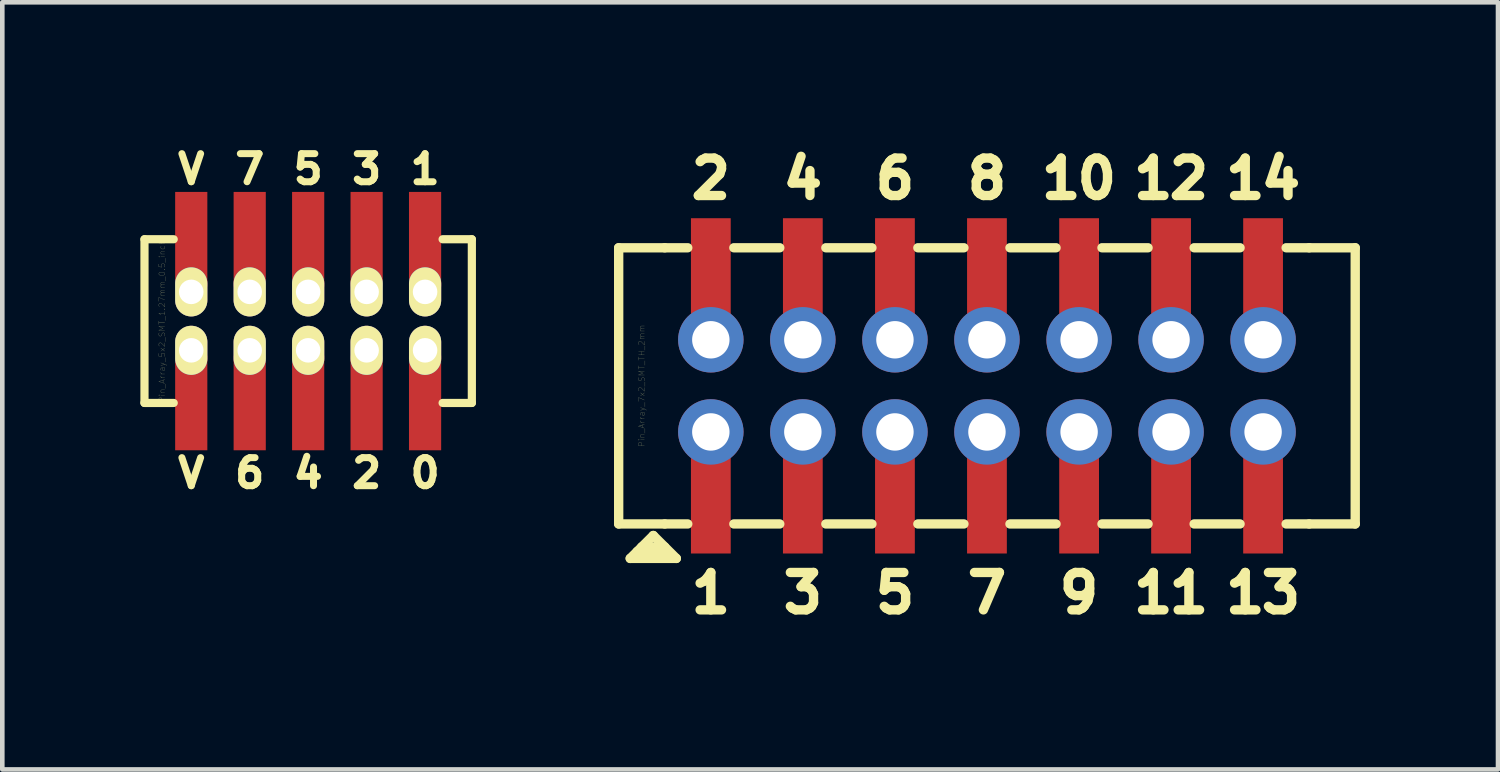
<source format=kicad_pcb>
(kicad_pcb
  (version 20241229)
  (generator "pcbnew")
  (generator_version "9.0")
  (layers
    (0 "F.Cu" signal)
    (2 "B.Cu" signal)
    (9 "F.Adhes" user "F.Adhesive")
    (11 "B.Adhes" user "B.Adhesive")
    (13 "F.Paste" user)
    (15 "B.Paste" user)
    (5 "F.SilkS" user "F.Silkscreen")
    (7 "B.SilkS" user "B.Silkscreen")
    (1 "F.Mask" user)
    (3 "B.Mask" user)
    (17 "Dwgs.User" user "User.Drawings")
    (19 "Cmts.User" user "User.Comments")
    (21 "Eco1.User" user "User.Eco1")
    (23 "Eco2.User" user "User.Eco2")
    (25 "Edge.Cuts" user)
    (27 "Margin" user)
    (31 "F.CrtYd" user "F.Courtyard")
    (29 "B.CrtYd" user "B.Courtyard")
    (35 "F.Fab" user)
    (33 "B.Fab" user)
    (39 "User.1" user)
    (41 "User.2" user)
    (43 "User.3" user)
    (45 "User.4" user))
  (footprint "Pin_Array_5x2_SMT_1.27mm_0.5_inch"
    (layer "F.Cu")
    (at 3.645 3.926)
    (property "Reference" "Pin_Array_5x2_SMT_1.27mm_0.5_inch" (at -3.175 0 90) (layer "F.SilkS") (effects (font (size 0.127 0.127) (thickness 0.003))))
    (attr smd)
    (fp_line (start -3.556 -1.778) (end -3.556 1.778) (stroke (width 0.178) (type solid)) (layer "F.SilkS"))
    (fp_line (start -3.556 1.778) (end -2.921 1.778) (stroke (width 0.178) (type solid)) (layer "F.SilkS"))
    (fp_line (start -2.921 -1.778) (end -3.556 -1.778) (stroke (width 0.178) (type solid)) (layer "F.SilkS"))
    (fp_line (start 2.921 -1.778) (end 3.556 -1.778) (stroke (width 0.178) (type solid)) (layer "F.SilkS"))
    (fp_line (start 3.556 -1.778) (end 3.556 1.778) (stroke (width 0.178) (type solid)) (layer "F.SilkS"))
    (fp_line (start 3.556 1.778) (end 2.921 1.778) (stroke (width 0.178) (type solid)) (layer "F.SilkS"))
    (fp_text user "3" (at 1.27 -3.302 0) (layer "F.SilkS") (effects (font (size 0.61 0.61) (thickness 0.152))))
    (fp_text user "V" (at -2.54 -3.302 0) (layer "F.SilkS") (effects (font (size 0.61 0.61) (thickness 0.152))))
    (fp_text user "5" (at 0 -3.302 0) (layer "F.SilkS") (effects (font (size 0.61 0.61) (thickness 0.152))))
    (fp_text user "0" (at 2.54 3.302 0) (layer "F.SilkS") (effects (font (size 0.61 0.61) (thickness 0.152))))
    (fp_text user "1" (at 2.54 -3.302 0) (layer "F.SilkS") (effects (font (size 0.61 0.61) (thickness 0.152))))
    (fp_text user "6" (at -1.27 3.302 0) (layer "F.SilkS") (effects (font (size 0.61 0.61) (thickness 0.152))))
    (fp_text user "7" (at -1.27 -3.302 0) (layer "F.SilkS") (effects (font (size 0.61 0.61) (thickness 0.152))))
    (fp_text user "4" (at 0 3.302 0) (layer "F.SilkS") (effects (font (size 0.61 0.61) (thickness 0.152))))
    (fp_text user "2" (at 1.27 3.302 0) (layer "F.SilkS") (effects (font (size 0.61 0.61) (thickness 0.152))))
    (fp_text user "V" (at -2.54 3.302 0) (layer "F.SilkS") (effects (font (size 0.61 0.61) (thickness 0.152))))
    (pad "1" smd rect (at 2.54 -1.778) (size 0.699 2.057) (layers "F.Cu" "F.Mask" "F.Paste"))
    (pad "1" thru_hole oval (at 2.54 -0.635) (size 0.699 1.067) (drill 0.533) (layers "*.Cu" "*.Mask" "F.SilkS"))
    (pad "2" thru_hole oval (at 2.54 0.635) (size 0.699 1.067) (drill 0.533) (layers "*.Cu" "*.Mask" "F.SilkS"))
    (pad "2" smd rect (at 2.54 1.778) (size 0.699 2.057) (layers "F.Cu" "F.Mask" "F.Paste"))
    (pad "3" smd rect (at 1.27 -1.778) (size 0.699 2.057) (layers "F.Cu" "F.Mask" "F.Paste"))
    (pad "3" thru_hole oval (at 1.27 -0.635) (size 0.699 1.067) (drill 0.533) (layers "*.Cu" "*.Mask" "F.SilkS"))
    (pad "4" thru_hole oval (at 1.27 0.635) (size 0.699 1.067) (drill 0.533) (layers "*.Cu" "*.Mask" "F.SilkS"))
    (pad "4" smd rect (at 1.27 1.778) (size 0.699 2.057) (layers "F.Cu" "F.Mask" "F.Paste"))
    (pad "5" smd rect (at 0 -1.778) (size 0.699 2.057) (layers "F.Cu" "F.Mask" "F.Paste"))
    (pad "5" thru_hole oval (at 0 -0.635) (size 0.699 1.067) (drill 0.533) (layers "*.Cu" "*.Mask" "F.SilkS"))
    (pad "6" thru_hole oval (at 0 0.635) (size 0.699 1.067) (drill 0.533) (layers "*.Cu" "*.Mask" "F.SilkS"))
    (pad "6" smd rect (at 0 1.778) (size 0.699 2.057) (layers "F.Cu" "F.Mask" "F.Paste"))
    (pad "7" smd rect (at -1.27 -1.778) (size 0.699 2.057) (layers "F.Cu" "F.Mask" "F.Paste"))
    (pad "7" thru_hole oval (at -1.27 -0.635) (size 0.699 1.067) (drill 0.533) (layers "*.Cu" "*.Mask" "F.SilkS"))
    (pad "8" thru_hole oval (at -1.27 0.635) (size 0.699 1.067) (drill 0.533) (layers "*.Cu" "*.Mask" "F.SilkS"))
    (pad "8" smd rect (at -1.27 1.778) (size 0.699 2.057) (layers "F.Cu" "F.Mask" "F.Paste"))
    (pad "9" smd rect (at -2.54 -1.778) (size 0.699 2.057) (layers "F.Cu" "F.Mask" "F.Paste"))
    (pad "9" thru_hole oval (at -2.54 -0.635) (size 0.699 1.067) (drill 0.533) (layers "*.Cu" "*.Mask" "F.SilkS"))
    (pad "10" thru_hole oval (at -2.54 0.635) (size 0.699 1.067) (drill 0.533) (layers "*.Cu" "*.Mask" "F.SilkS"))
    (pad "10" smd rect (at -2.54 1.778) (size 0.699 2.057) (layers "F.Cu" "F.Mask" "F.Paste")))
  (footprint "Pin_Array_7x2_SMT_TH_2mm"
    (layer "F.Cu")
    (at 18.392 5.333)
    (property "Reference" "Pin_Array_7x2_SMT_TH_2mm" (at -7.501 0 90) (layer "F.SilkS") (effects (font (size 0.127 0.127) (thickness 0.003))))
    (attr through_hole)
    (fp_line (start -8.001 -3) (end -8.001 3) (stroke (width 0.203) (type solid)) (layer "F.SilkS"))
    (fp_line (start -8.001 3) (end -7 3) (stroke (width 0.203) (type solid)) (layer "F.SilkS"))
    (fp_line (start -7.6 3.599) (end -7 3.599) (stroke (width 0.203) (type solid)) (layer "F.SilkS"))
    (fp_line (start -7.501 3.5) (end -7 3.5) (stroke (width 0.203) (type solid)) (layer "F.SilkS"))
    (fp_line (start -7.249 3.251) (end -7.75 3.749) (stroke (width 0.203) (type solid)) (layer "F.SilkS"))
    (fp_line (start -7.249 3.251) (end -6.749 3.749) (stroke (width 0.203) (type solid)) (layer "F.SilkS"))
    (fp_line (start -7 -3) (end -8.001 -3) (stroke (width 0.203) (type solid)) (layer "F.SilkS"))
    (fp_line (start -7 -3) (end -6.5 -3) (stroke (width 0.203) (type solid)) (layer "F.SilkS"))
    (fp_line (start -7 3) (end -6.5 3) (stroke (width 0.203) (type solid)) (layer "F.SilkS"))
    (fp_line (start -6.749 3.749) (end -7.75 3.749) (stroke (width 0.203) (type solid)) (layer "F.SilkS"))
    (fp_line (start -5.499 -3) (end -4.501 -3) (stroke (width 0.203) (type solid)) (layer "F.SilkS"))
    (fp_line (start -5.499 3) (end -4.501 3) (stroke (width 0.203) (type solid)) (layer "F.SilkS"))
    (fp_line (start -3.5 -3) (end -2.499 -3) (stroke (width 0.203) (type solid)) (layer "F.SilkS"))
    (fp_line (start -3.5 3) (end -2.499 3) (stroke (width 0.203) (type solid)) (layer "F.SilkS"))
    (fp_line (start -1.501 -3) (end -0.5 -3) (stroke (width 0.203) (type solid)) (layer "F.SilkS"))
    (fp_line (start -1.501 3) (end -0.5 3) (stroke (width 0.203) (type solid)) (layer "F.SilkS"))
    (fp_line (start 0.5 -3) (end 1.501 -3) (stroke (width 0.203) (type solid)) (layer "F.SilkS"))
    (fp_line (start 0.5 3) (end 1.501 3) (stroke (width 0.203) (type solid)) (layer "F.SilkS"))
    (fp_line (start 2.499 -3) (end 3.5 -3) (stroke (width 0.203) (type solid)) (layer "F.SilkS"))
    (fp_line (start 2.499 3) (end 3.5 3) (stroke (width 0.203) (type solid)) (layer "F.SilkS"))
    (fp_line (start 4.501 -3) (end 5.499 -3) (stroke (width 0.203) (type solid)) (layer "F.SilkS"))
    (fp_line (start 4.501 3) (end 5.499 3) (stroke (width 0.203) (type solid)) (layer "F.SilkS"))
    (fp_line (start 7 -3) (end 6.5 -3) (stroke (width 0.203) (type solid)) (layer "F.SilkS"))
    (fp_line (start 7 3) (end 6.5 3) (stroke (width 0.203) (type solid)) (layer "F.SilkS"))
    (fp_line (start 8.001 -3) (end 7 -3) (stroke (width 0.203) (type solid)) (layer "F.SilkS"))
    (fp_line (start 8.001 -3) (end 8.001 3) (stroke (width 0.203) (type solid)) (layer "F.SilkS"))
    (fp_line (start 8.001 3) (end 7 3) (stroke (width 0.203) (type solid)) (layer "F.SilkS"))
    (fp_text user "2" (at -5.999 -4.501 0) (layer "F.SilkS") (effects (font (size 0.813 0.813) (thickness 0.203))))
    (fp_text user "6" (at -1.999 -4.501 0) (layer "F.SilkS") (effects (font (size 0.813 0.813) (thickness 0.203))))
    (fp_text user "4" (at -4 -4.501 0) (layer "F.SilkS") (effects (font (size 0.813 0.813) (thickness 0.203))))
    (fp_text user "10" (at 1.999 -4.501 0) (layer "F.SilkS") (effects (font (size 0.813 0.813) (thickness 0.203))))
    (fp_text user "14" (at 5.999 -4.501 0) (layer "F.SilkS") (effects (font (size 0.813 0.813) (thickness 0.203))))
    (fp_text user "9" (at 1.999 4.501 0) (layer "F.SilkS") (effects (font (size 0.813 0.813) (thickness 0.203))))
    (fp_text user "1" (at -5.999 4.501 0) (layer "F.SilkS") (effects (font (size 0.813 0.813) (thickness 0.203))))
    (fp_text user "12" (at 4 -4.501 0) (layer "F.SilkS") (effects (font (size 0.813 0.813) (thickness 0.203))))
    (fp_text user "13" (at 5.999 4.501 0) (layer "F.SilkS") (effects (font (size 0.813 0.813) (thickness 0.203))))
    (fp_text user "7" (at 0 4.501 0) (layer "F.SilkS") (effects (font (size 0.813 0.813) (thickness 0.203))))
    (fp_text user "8" (at 0 -4.501 0) (layer "F.SilkS") (effects (font (size 0.813 0.813) (thickness 0.203))))
    (fp_text user "3" (at -4 4.501 0) (layer "F.SilkS") (effects (font (size 0.813 0.813) (thickness 0.203))))
    (fp_text user "5" (at -1.999 4.501 0) (layer "F.SilkS") (effects (font (size 0.813 0.813) (thickness 0.203))))
    (fp_text user "11" (at 4 4.501 0) (layer "F.SilkS") (effects (font (size 0.813 0.813) (thickness 0.203))))
    (pad "1" thru_hole circle (at -5.999 1.001) (size 1.422 1.422) (drill 0.813) (layers "*.Cu" "*.Mask"))
    (pad "1" smd rect (at -5.999 2.499) (size 0.864 2.286) (layers "F.Cu" "F.Mask" "F.Paste"))
    (pad "2" smd rect (at -5.999 -2.499) (size 0.864 2.286) (layers "F.Cu" "F.Mask" "F.Paste"))
    (pad "2" thru_hole circle (at -5.999 -1.001) (size 1.422 1.422) (drill 0.813) (layers "*.Cu" "*.Mask"))
    (pad "3" thru_hole circle (at -4 1.001) (size 1.422 1.422) (drill 0.813) (layers "*.Cu" "*.Mask"))
    (pad "3" smd rect (at -4 2.499) (size 0.864 2.286) (layers "F.Cu" "F.Mask" "F.Paste"))
    (pad "4" smd rect (at -4 -2.499) (size 0.864 2.286) (layers "F.Cu" "F.Mask" "F.Paste"))
    (pad "4" thru_hole circle (at -4 -1.001) (size 1.422 1.422) (drill 0.813) (layers "*.Cu" "*.Mask"))
    (pad "5" thru_hole circle (at -1.999 1.001) (size 1.422 1.422) (drill 0.813) (layers "*.Cu" "*.Mask"))
    (pad "5" smd rect (at -1.999 2.499) (size 0.864 2.286) (layers "F.Cu" "F.Mask" "F.Paste"))
    (pad "6" smd rect (at -1.999 -2.499) (size 0.864 2.286) (layers "F.Cu" "F.Mask" "F.Paste"))
    (pad "6" thru_hole circle (at -1.999 -1.001) (size 1.422 1.422) (drill 0.813) (layers "*.Cu" "*.Mask"))
    (pad "7" thru_hole circle (at 0 1.001) (size 1.422 1.422) (drill 0.813) (layers "*.Cu" "*.Mask"))
    (pad "7" smd rect (at 0 2.499) (size 0.864 2.286) (layers "F.Cu" "F.Mask" "F.Paste"))
    (pad "8" smd rect (at 0 -2.499) (size 0.864 2.286) (layers "F.Cu" "F.Mask" "F.Paste"))
    (pad "8" thru_hole circle (at 0 -1.001) (size 1.422 1.422) (drill 0.813) (layers "*.Cu" "*.Mask"))
    (pad "9" thru_hole circle (at 2.002 1.001) (size 1.422 1.422) (drill 0.813) (layers "*.Cu" "*.Mask"))
    (pad "9" smd rect (at 2.002 2.499) (size 0.864 2.286) (layers "F.Cu" "F.Mask" "F.Paste"))
    (pad "10" smd rect (at 2.002 -2.499) (size 0.864 2.286) (layers "F.Cu" "F.Mask" "F.Paste"))
    (pad "10" thru_hole circle (at 2.002 -1.001) (size 1.422 1.422) (drill 0.813) (layers "*.Cu" "*.Mask"))
    (pad "11" thru_hole circle (at 4 1.001) (size 1.422 1.422) (drill 0.813) (layers "*.Cu" "*.Mask"))
    (pad "11" smd rect (at 4 2.499) (size 0.864 2.286) (layers "F.Cu" "F.Mask" "F.Paste"))
    (pad "12" smd rect (at 4 -2.499) (size 0.864 2.286) (layers "F.Cu" "F.Mask" "F.Paste"))
    (pad "12" thru_hole circle (at 4 -1.001) (size 1.422 1.422) (drill 0.813) (layers "*.Cu" "*.Mask"))
    (pad "13" thru_hole circle (at 5.999 1.001) (size 1.422 1.422) (drill 0.813) (layers "*.Cu" "*.Mask"))
    (pad "13" smd rect (at 5.999 2.499) (size 0.864 2.286) (layers "F.Cu" "F.Mask" "F.Paste"))
    (pad "14" smd rect (at 5.999 -2.499) (size 0.864 2.286) (layers "F.Cu" "F.Mask" "F.Paste"))
    (pad "14" thru_hole circle (at 5.999 -1.001) (size 1.422 1.422) (drill 0.813) (layers "*.Cu" "*.Mask")))
  (gr_rect
    (start -3 -3)
    (end 29.495 13.666)
    (stroke (width 0.1) (type default))
    (fill no)
    (layer "Edge.Cuts")))
</source>
